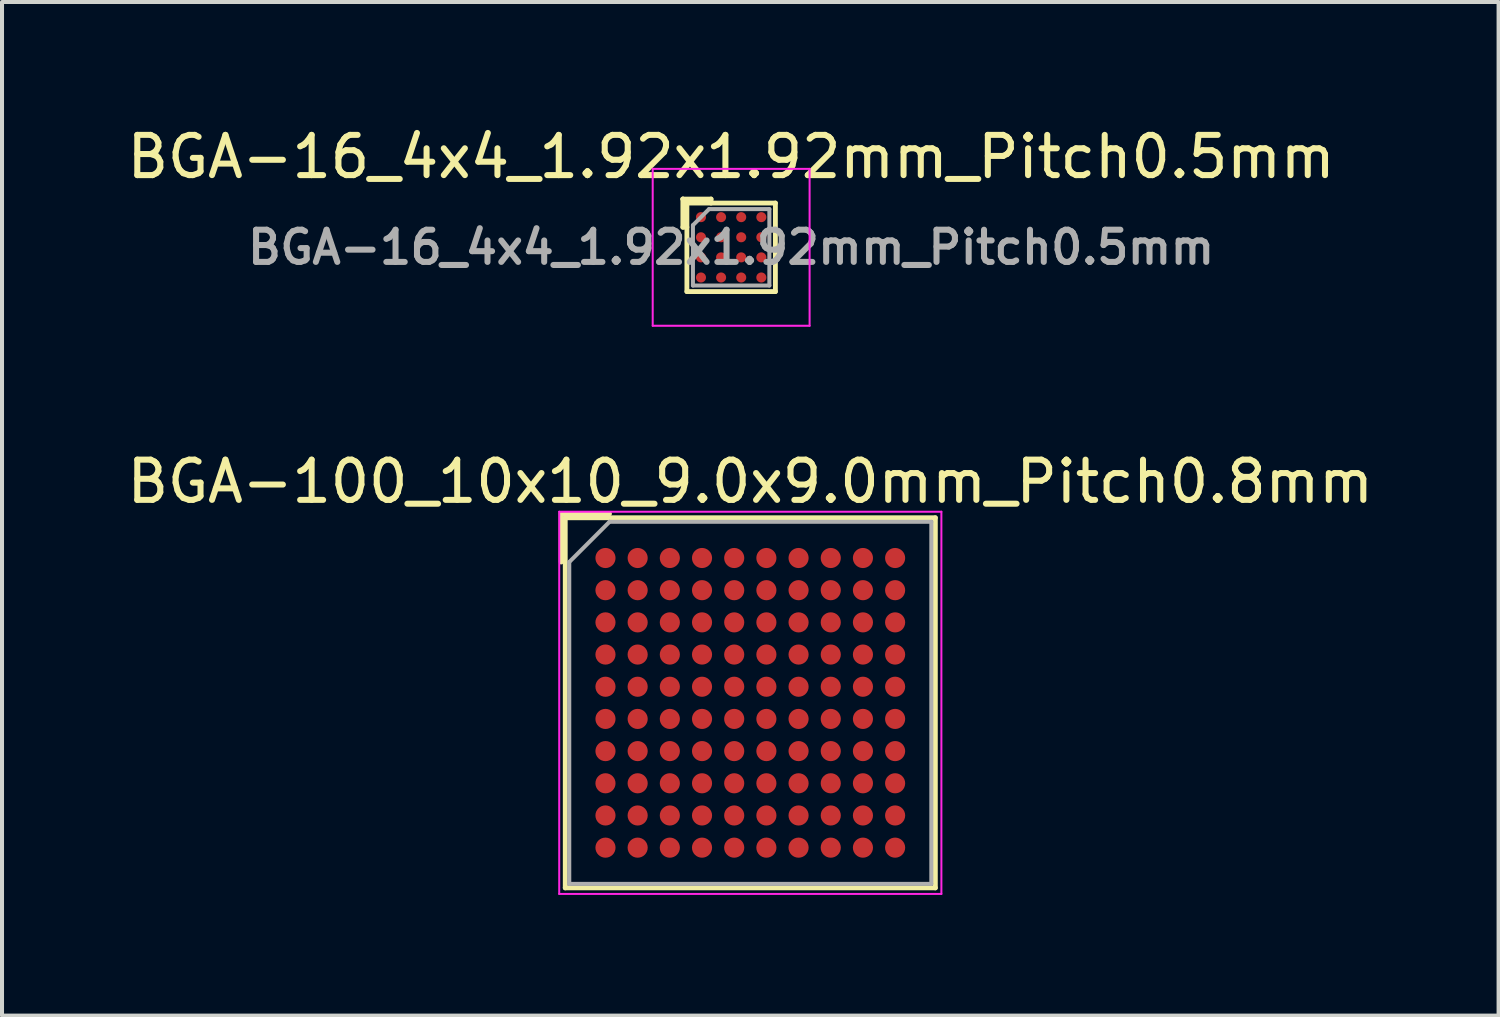
<source format=kicad_pcb>
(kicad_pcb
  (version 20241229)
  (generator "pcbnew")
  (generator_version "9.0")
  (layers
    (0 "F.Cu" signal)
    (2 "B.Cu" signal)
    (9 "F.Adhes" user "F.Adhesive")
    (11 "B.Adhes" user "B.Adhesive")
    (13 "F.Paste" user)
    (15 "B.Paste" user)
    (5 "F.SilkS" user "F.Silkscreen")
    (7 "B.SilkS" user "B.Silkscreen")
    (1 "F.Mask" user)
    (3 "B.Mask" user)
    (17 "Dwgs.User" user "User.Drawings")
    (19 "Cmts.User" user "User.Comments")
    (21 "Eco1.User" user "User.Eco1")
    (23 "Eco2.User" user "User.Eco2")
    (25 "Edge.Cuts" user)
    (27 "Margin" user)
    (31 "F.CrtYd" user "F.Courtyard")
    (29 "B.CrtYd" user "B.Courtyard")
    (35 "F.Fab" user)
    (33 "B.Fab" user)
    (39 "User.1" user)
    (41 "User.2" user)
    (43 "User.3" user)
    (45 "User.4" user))
  (footprint "BGA-16_4x4_1.92x1.92mm_Pitch0.5mm"
    (layer "F.Cu")
    (at 15.125 3.098)
    (property "Reference" "BGA-16_4x4_1.92x1.92mm_Pitch0.5mm" (at 0 -2.25 0) (layer "F.SilkS") (effects (font (size 1 1) (thickness 0.15))))
    (attr smd)
    (fp_line (start -1.2 -1.2) (end -1.2 -0.5) (stroke (width 0.12) (type solid)) (layer "F.SilkS"))
    (fp_line (start -1.2 -0.5) (end -1.1 -0.5) (stroke (width 0.12) (type solid)) (layer "F.SilkS"))
    (fp_line (start -1.1 -1.1) (end -1.2 -1.2) (stroke (width 0.12) (type solid)) (layer "F.SilkS"))
    (fp_line (start -1.1 -1.1) (end 1.1 -1.1) (stroke (width 0.12) (type solid)) (layer "F.SilkS"))
    (fp_line (start -1.1 1.1) (end -1.1 -1.1) (stroke (width 0.12) (type solid)) (layer "F.SilkS"))
    (fp_line (start -0.5 -1.2) (end -1.2 -1.2) (stroke (width 0.12) (type solid)) (layer "F.SilkS"))
    (fp_line (start -0.5 -1.1) (end -0.5 -1.2) (stroke (width 0.12) (type solid)) (layer "F.SilkS"))
    (fp_line (start 1.1 -1.1) (end 1.1 1.1) (stroke (width 0.12) (type solid)) (layer "F.SilkS"))
    (fp_line (start 1.1 1.1) (end -1.1 1.1) (stroke (width 0.12) (type solid)) (layer "F.SilkS"))
    (fp_line (start -1.95 -1.95) (end -1.95 1.95) (stroke (width 0.05) (type solid)) (layer "F.CrtYd"))
    (fp_line (start -1.95 -1.95) (end 1.95 -1.95) (stroke (width 0.05) (type solid)) (layer "F.CrtYd"))
    (fp_line (start 1.95 1.95) (end -1.95 1.95) (stroke (width 0.05) (type solid)) (layer "F.CrtYd"))
    (fp_line (start 1.95 1.95) (end 1.95 -1.95) (stroke (width 0.05) (type solid)) (layer "F.CrtYd"))
    (fp_line (start -0.95 -0.55) (end -0.55 -0.95) (stroke (width 0.1) (type solid)) (layer "F.Fab"))
    (fp_line (start -0.95 0.95) (end -0.95 -0.55) (stroke (width 0.1) (type solid)) (layer "F.Fab"))
    (fp_line (start -0.55 -0.95) (end 0.95 -0.95) (stroke (width 0.1) (type solid)) (layer "F.Fab"))
    (fp_line (start 0.95 -0.95) (end 0.95 0.95) (stroke (width 0.1) (type solid)) (layer "F.Fab"))
    (fp_line (start 0.95 0.95) (end -0.95 0.95) (stroke (width 0.1) (type solid)) (layer "F.Fab"))
    (fp_text user "${REFERENCE}" (at 0 0 0) (layer "F.Fab") (effects (font (size 0.8 0.8) (thickness 0.15))))
    (pad "A1" smd circle (at -0.75 -0.75) (size 0.25 0.25) (layers "F.Cu" "F.Mask" "F.Paste"))
    (pad "A2" smd circle (at -0.25 -0.75) (size 0.25 0.25) (layers "F.Cu" "F.Mask" "F.Paste"))
    (pad "A3" smd circle (at 0.25 -0.75) (size 0.25 0.25) (layers "F.Cu" "F.Mask" "F.Paste"))
    (pad "A4" smd circle (at 0.75 -0.75) (size 0.25 0.25) (layers "F.Cu" "F.Mask" "F.Paste"))
    (pad "B1" smd circle (at -0.75 -0.25) (size 0.25 0.25) (layers "F.Cu" "F.Mask" "F.Paste"))
    (pad "B2" smd circle (at -0.25 -0.25) (size 0.25 0.25) (layers "F.Cu" "F.Mask" "F.Paste"))
    (pad "B3" smd circle (at 0.25 -0.25) (size 0.25 0.25) (layers "F.Cu" "F.Mask" "F.Paste"))
    (pad "B4" smd circle (at 0.75 -0.25) (size 0.25 0.25) (layers "F.Cu" "F.Mask" "F.Paste"))
    (pad "C1" smd circle (at -0.75 0.25) (size 0.25 0.25) (layers "F.Cu" "F.Mask" "F.Paste"))
    (pad "C2" smd circle (at -0.25 0.25) (size 0.25 0.25) (layers "F.Cu" "F.Mask" "F.Paste"))
    (pad "C3" smd circle (at 0.25 0.25) (size 0.25 0.25) (layers "F.Cu" "F.Mask" "F.Paste"))
    (pad "C4" smd circle (at 0.75 0.25) (size 0.25 0.25) (layers "F.Cu" "F.Mask" "F.Paste"))
    (pad "D1" smd circle (at -0.75 0.75) (size 0.25 0.25) (layers "F.Cu" "F.Mask" "F.Paste"))
    (pad "D2" smd circle (at -0.25 0.75) (size 0.25 0.25) (layers "F.Cu" "F.Mask" "F.Paste"))
    (pad "D3" smd circle (at 0.25 0.75) (size 0.25 0.25) (layers "F.Cu" "F.Mask" "F.Paste"))
    (pad "D4" smd circle (at 0.75 0.75) (size 0.25 0.25) (layers "F.Cu" "F.Mask" "F.Paste")))
  (footprint "BGA-100_10x10_9.0x9.0mm_Pitch0.8mm"
    (layer "F.Cu")
    (at 15.601 14.421)
    (property "Reference" "BGA-100_10x10_9.0x9.0mm_Pitch0.8mm" (at 0 -5.5 0) (layer "F.SilkS") (effects (font (size 1 1) (thickness 0.15))))
    (attr smd)
    (fp_line (start -4.7 -4.7) (end -3.5 -4.7) (stroke (width 0.12) (type solid)) (layer "F.SilkS"))
    (fp_line (start -4.7 -3.5) (end -4.7 -4.7) (stroke (width 0.12) (type solid)) (layer "F.SilkS"))
    (fp_line (start -4.6 -4.6) (end -4.6 4.6) (stroke (width 0.12) (type solid)) (layer "F.SilkS"))
    (fp_line (start -4.6 4.6) (end 4.6 4.6) (stroke (width 0.12) (type solid)) (layer "F.SilkS"))
    (fp_line (start 4.6 -4.6) (end -4.6 -4.6) (stroke (width 0.12) (type solid)) (layer "F.SilkS"))
    (fp_line (start 4.6 4.6) (end 4.6 -4.6) (stroke (width 0.12) (type solid)) (layer "F.SilkS"))
    (fp_line (start -4.75 -4.75) (end -4.75 4.75) (stroke (width 0.05) (type solid)) (layer "F.CrtYd"))
    (fp_line (start -4.75 -4.75) (end 4.75 -4.75) (stroke (width 0.05) (type solid)) (layer "F.CrtYd"))
    (fp_line (start 4.75 4.75) (end -4.75 4.75) (stroke (width 0.05) (type solid)) (layer "F.CrtYd"))
    (fp_line (start 4.75 4.75) (end 4.75 -4.75) (stroke (width 0.05) (type solid)) (layer "F.CrtYd"))
    (fp_line (start -4.5 -3.5) (end -4.5 4.5) (stroke (width 0.1) (type solid)) (layer "F.Fab"))
    (fp_line (start -4.5 4.5) (end 4.5 4.5) (stroke (width 0.1) (type solid)) (layer "F.Fab"))
    (fp_line (start -3.5 -4.5) (end -4.5 -3.5) (stroke (width 0.1) (type solid)) (layer "F.Fab"))
    (fp_line (start 4.5 -4.5) (end -3.5 -4.5) (stroke (width 0.1) (type solid)) (layer "F.Fab"))
    (fp_line (start 4.5 4.5) (end 4.5 -4.5) (stroke (width 0.1) (type solid)) (layer "F.Fab"))
    (pad "A1" smd circle (at -3.6 -3.6) (size 0.5 0.5) (layers "F.Cu" "F.Mask" "F.Paste"))
    (pad "A2" smd circle (at -2.8 -3.6) (size 0.5 0.5) (layers "F.Cu" "F.Mask" "F.Paste"))
    (pad "A3" smd circle (at -2 -3.6) (size 0.5 0.5) (layers "F.Cu" "F.Mask" "F.Paste"))
    (pad "A4" smd circle (at -1.2 -3.6) (size 0.5 0.5) (layers "F.Cu" "F.Mask" "F.Paste"))
    (pad "A5" smd circle (at -0.4 -3.6) (size 0.5 0.5) (layers "F.Cu" "F.Mask" "F.Paste"))
    (pad "A6" smd circle (at 0.4 -3.6) (size 0.5 0.5) (layers "F.Cu" "F.Mask" "F.Paste"))
    (pad "A7" smd circle (at 1.2 -3.6) (size 0.5 0.5) (layers "F.Cu" "F.Mask" "F.Paste"))
    (pad "A8" smd circle (at 2 -3.6) (size 0.5 0.5) (layers "F.Cu" "F.Mask" "F.Paste"))
    (pad "A9" smd circle (at 2.8 -3.6) (size 0.5 0.5) (layers "F.Cu" "F.Mask" "F.Paste"))
    (pad "A10" smd circle (at 3.6 -3.6) (size 0.5 0.5) (layers "F.Cu" "F.Mask" "F.Paste"))
    (pad "B1" smd circle (at -3.6 -2.8) (size 0.5 0.5) (layers "F.Cu" "F.Mask" "F.Paste"))
    (pad "B2" smd circle (at -2.8 -2.8) (size 0.5 0.5) (layers "F.Cu" "F.Mask" "F.Paste"))
    (pad "B3" smd circle (at -2 -2.8) (size 0.5 0.5) (layers "F.Cu" "F.Mask" "F.Paste"))
    (pad "B4" smd circle (at -1.2 -2.8) (size 0.5 0.5) (layers "F.Cu" "F.Mask" "F.Paste"))
    (pad "B5" smd circle (at -0.4 -2.8) (size 0.5 0.5) (layers "F.Cu" "F.Mask" "F.Paste"))
    (pad "B6" smd circle (at 0.4 -2.8) (size 0.5 0.5) (layers "F.Cu" "F.Mask" "F.Paste"))
    (pad "B7" smd circle (at 1.2 -2.8) (size 0.5 0.5) (layers "F.Cu" "F.Mask" "F.Paste"))
    (pad "B8" smd circle (at 2 -2.8) (size 0.5 0.5) (layers "F.Cu" "F.Mask" "F.Paste"))
    (pad "B9" smd circle (at 2.8 -2.8) (size 0.5 0.5) (layers "F.Cu" "F.Mask" "F.Paste"))
    (pad "B10" smd circle (at 3.6 -2.8) (size 0.5 0.5) (layers "F.Cu" "F.Mask" "F.Paste"))
    (pad "C1" smd circle (at -3.6 -2) (size 0.5 0.5) (layers "F.Cu" "F.Mask" "F.Paste"))
    (pad "C2" smd circle (at -2.8 -2) (size 0.5 0.5) (layers "F.Cu" "F.Mask" "F.Paste"))
    (pad "C3" smd circle (at -2 -2) (size 0.5 0.5) (layers "F.Cu" "F.Mask" "F.Paste"))
    (pad "C4" smd circle (at -1.2 -2) (size 0.5 0.5) (layers "F.Cu" "F.Mask" "F.Paste"))
    (pad "C5" smd circle (at -0.4 -2) (size 0.5 0.5) (layers "F.Cu" "F.Mask" "F.Paste"))
    (pad "C6" smd circle (at 0.4 -2) (size 0.5 0.5) (layers "F.Cu" "F.Mask" "F.Paste"))
    (pad "C7" smd circle (at 1.2 -2) (size 0.5 0.5) (layers "F.Cu" "F.Mask" "F.Paste"))
    (pad "C8" smd circle (at 2 -2) (size 0.5 0.5) (layers "F.Cu" "F.Mask" "F.Paste"))
    (pad "C9" smd circle (at 2.8 -2) (size 0.5 0.5) (layers "F.Cu" "F.Mask" "F.Paste"))
    (pad "C10" smd circle (at 3.6 -2) (size 0.5 0.5) (layers "F.Cu" "F.Mask" "F.Paste"))
    (pad "D1" smd circle (at -3.6 -1.2) (size 0.5 0.5) (layers "F.Cu" "F.Mask" "F.Paste"))
    (pad "D2" smd circle (at -2.8 -1.2) (size 0.5 0.5) (layers "F.Cu" "F.Mask" "F.Paste"))
    (pad "D3" smd circle (at -2 -1.2) (size 0.5 0.5) (layers "F.Cu" "F.Mask" "F.Paste"))
    (pad "D4" smd circle (at -1.2 -1.2) (size 0.5 0.5) (layers "F.Cu" "F.Mask" "F.Paste"))
    (pad "D5" smd circle (at -0.4 -1.2) (size 0.5 0.5) (layers "F.Cu" "F.Mask" "F.Paste"))
    (pad "D6" smd circle (at 0.4 -1.2) (size 0.5 0.5) (layers "F.Cu" "F.Mask" "F.Paste"))
    (pad "D7" smd circle (at 1.2 -1.2) (size 0.5 0.5) (layers "F.Cu" "F.Mask" "F.Paste"))
    (pad "D8" smd circle (at 2 -1.2) (size 0.5 0.5) (layers "F.Cu" "F.Mask" "F.Paste"))
    (pad "D9" smd circle (at 2.8 -1.2) (size 0.5 0.5) (layers "F.Cu" "F.Mask" "F.Paste"))
    (pad "D10" smd circle (at 3.6 -1.2) (size 0.5 0.5) (layers "F.Cu" "F.Mask" "F.Paste"))
    (pad "E1" smd circle (at -3.6 -0.4) (size 0.5 0.5) (layers "F.Cu" "F.Mask" "F.Paste"))
    (pad "E2" smd circle (at -2.8 -0.4) (size 0.5 0.5) (layers "F.Cu" "F.Mask" "F.Paste"))
    (pad "E3" smd circle (at -2 -0.4) (size 0.5 0.5) (layers "F.Cu" "F.Mask" "F.Paste"))
    (pad "E4" smd circle (at -1.2 -0.4) (size 0.5 0.5) (layers "F.Cu" "F.Mask" "F.Paste"))
    (pad "E5" smd circle (at -0.4 -0.4) (size 0.5 0.5) (layers "F.Cu" "F.Mask" "F.Paste"))
    (pad "E6" smd circle (at 0.4 -0.4) (size 0.5 0.5) (layers "F.Cu" "F.Mask" "F.Paste"))
    (pad "E7" smd circle (at 1.2 -0.4) (size 0.5 0.5) (layers "F.Cu" "F.Mask" "F.Paste"))
    (pad "E8" smd circle (at 2 -0.4) (size 0.5 0.5) (layers "F.Cu" "F.Mask" "F.Paste"))
    (pad "E9" smd circle (at 2.8 -0.4) (size 0.5 0.5) (layers "F.Cu" "F.Mask" "F.Paste"))
    (pad "E10" smd circle (at 3.6 -0.4) (size 0.5 0.5) (layers "F.Cu" "F.Mask" "F.Paste"))
    (pad "F1" smd circle (at -3.6 0.4) (size 0.5 0.5) (layers "F.Cu" "F.Mask" "F.Paste"))
    (pad "F2" smd circle (at -2.8 0.4) (size 0.5 0.5) (layers "F.Cu" "F.Mask" "F.Paste"))
    (pad "F3" smd circle (at -2 0.4) (size 0.5 0.5) (layers "F.Cu" "F.Mask" "F.Paste"))
    (pad "F4" smd circle (at -1.2 0.4) (size 0.5 0.5) (layers "F.Cu" "F.Mask" "F.Paste"))
    (pad "F5" smd circle (at -0.4 0.4) (size 0.5 0.5) (layers "F.Cu" "F.Mask" "F.Paste"))
    (pad "F6" smd circle (at 0.4 0.4) (size 0.5 0.5) (layers "F.Cu" "F.Mask" "F.Paste"))
    (pad "F7" smd circle (at 1.2 0.4) (size 0.5 0.5) (layers "F.Cu" "F.Mask" "F.Paste"))
    (pad "F8" smd circle (at 2 0.4) (size 0.5 0.5) (layers "F.Cu" "F.Mask" "F.Paste"))
    (pad "F9" smd circle (at 2.8 0.4) (size 0.5 0.5) (layers "F.Cu" "F.Mask" "F.Paste"))
    (pad "F10" smd circle (at 3.6 0.4) (size 0.5 0.5) (layers "F.Cu" "F.Mask" "F.Paste"))
    (pad "G1" smd circle (at -3.6 1.2) (size 0.5 0.5) (layers "F.Cu" "F.Mask" "F.Paste"))
    (pad "G2" smd circle (at -2.8 1.2) (size 0.5 0.5) (layers "F.Cu" "F.Mask" "F.Paste"))
    (pad "G3" smd circle (at -2 1.2) (size 0.5 0.5) (layers "F.Cu" "F.Mask" "F.Paste"))
    (pad "G4" smd circle (at -1.2 1.2) (size 0.5 0.5) (layers "F.Cu" "F.Mask" "F.Paste"))
    (pad "G5" smd circle (at -0.4 1.2) (size 0.5 0.5) (layers "F.Cu" "F.Mask" "F.Paste"))
    (pad "G6" smd circle (at 0.4 1.2) (size 0.5 0.5) (layers "F.Cu" "F.Mask" "F.Paste"))
    (pad "G7" smd circle (at 1.2 1.2) (size 0.5 0.5) (layers "F.Cu" "F.Mask" "F.Paste"))
    (pad "G8" smd circle (at 2 1.2) (size 0.5 0.5) (layers "F.Cu" "F.Mask" "F.Paste"))
    (pad "G9" smd circle (at 2.8 1.2) (size 0.5 0.5) (layers "F.Cu" "F.Mask" "F.Paste"))
    (pad "G10" smd circle (at 3.6 1.2) (size 0.5 0.5) (layers "F.Cu" "F.Mask" "F.Paste"))
    (pad "H1" smd circle (at -3.6 2) (size 0.5 0.5) (layers "F.Cu" "F.Mask" "F.Paste"))
    (pad "H2" smd circle (at -2.8 2) (size 0.5 0.5) (layers "F.Cu" "F.Mask" "F.Paste"))
    (pad "H3" smd circle (at -2 2) (size 0.5 0.5) (layers "F.Cu" "F.Mask" "F.Paste"))
    (pad "H4" smd circle (at -1.2 2) (size 0.5 0.5) (layers "F.Cu" "F.Mask" "F.Paste"))
    (pad "H5" smd circle (at -0.4 2) (size 0.5 0.5) (layers "F.Cu" "F.Mask" "F.Paste"))
    (pad "H6" smd circle (at 0.4 2) (size 0.5 0.5) (layers "F.Cu" "F.Mask" "F.Paste"))
    (pad "H7" smd circle (at 1.2 2) (size 0.5 0.5) (layers "F.Cu" "F.Mask" "F.Paste"))
    (pad "H8" smd circle (at 2 2) (size 0.5 0.5) (layers "F.Cu" "F.Mask" "F.Paste"))
    (pad "H9" smd circle (at 2.8 2) (size 0.5 0.5) (layers "F.Cu" "F.Mask" "F.Paste"))
    (pad "H10" smd circle (at 3.6 2) (size 0.5 0.5) (layers "F.Cu" "F.Mask" "F.Paste"))
    (pad "J1" smd circle (at -3.6 2.8) (size 0.5 0.5) (layers "F.Cu" "F.Mask" "F.Paste"))
    (pad "J2" smd circle (at -2.8 2.8) (size 0.5 0.5) (layers "F.Cu" "F.Mask" "F.Paste"))
    (pad "J3" smd circle (at -2 2.8) (size 0.5 0.5) (layers "F.Cu" "F.Mask" "F.Paste"))
    (pad "J4" smd circle (at -1.2 2.8) (size 0.5 0.5) (layers "F.Cu" "F.Mask" "F.Paste"))
    (pad "J5" smd circle (at -0.4 2.8) (size 0.5 0.5) (layers "F.Cu" "F.Mask" "F.Paste"))
    (pad "J6" smd circle (at 0.4 2.8) (size 0.5 0.5) (layers "F.Cu" "F.Mask" "F.Paste"))
    (pad "J7" smd circle (at 1.2 2.8) (size 0.5 0.5) (layers "F.Cu" "F.Mask" "F.Paste"))
    (pad "J8" smd circle (at 2 2.8) (size 0.5 0.5) (layers "F.Cu" "F.Mask" "F.Paste"))
    (pad "J9" smd circle (at 2.8 2.8) (size 0.5 0.5) (layers "F.Cu" "F.Mask" "F.Paste"))
    (pad "J10" smd circle (at 3.6 2.8) (size 0.5 0.5) (layers "F.Cu" "F.Mask" "F.Paste"))
    (pad "K1" smd circle (at -3.6 3.6) (size 0.5 0.5) (layers "F.Cu" "F.Mask" "F.Paste"))
    (pad "K2" smd circle (at -2.8 3.6) (size 0.5 0.5) (layers "F.Cu" "F.Mask" "F.Paste"))
    (pad "K3" smd circle (at -2 3.6) (size 0.5 0.5) (layers "F.Cu" "F.Mask" "F.Paste"))
    (pad "K4" smd circle (at -1.2 3.6) (size 0.5 0.5) (layers "F.Cu" "F.Mask" "F.Paste"))
    (pad "K5" smd circle (at -0.4 3.6) (size 0.5 0.5) (layers "F.Cu" "F.Mask" "F.Paste"))
    (pad "K6" smd circle (at 0.4 3.6) (size 0.5 0.5) (layers "F.Cu" "F.Mask" "F.Paste"))
    (pad "K7" smd circle (at 1.2 3.6) (size 0.5 0.5) (layers "F.Cu" "F.Mask" "F.Paste"))
    (pad "K8" smd circle (at 2 3.6) (size 0.5 0.5) (layers "F.Cu" "F.Mask" "F.Paste"))
    (pad "K9" smd circle (at 2.8 3.6) (size 0.5 0.5) (layers "F.Cu" "F.Mask" "F.Paste"))
    (pad "K10" smd circle (at 3.6 3.6) (size 0.5 0.5) (layers "F.Cu" "F.Mask" "F.Paste")))
  (gr_rect
    (start -3 -3)
    (end 34.202 22.197)
    (stroke (width 0.1) (type default))
    (fill no)
    (layer "Edge.Cuts")))
</source>
